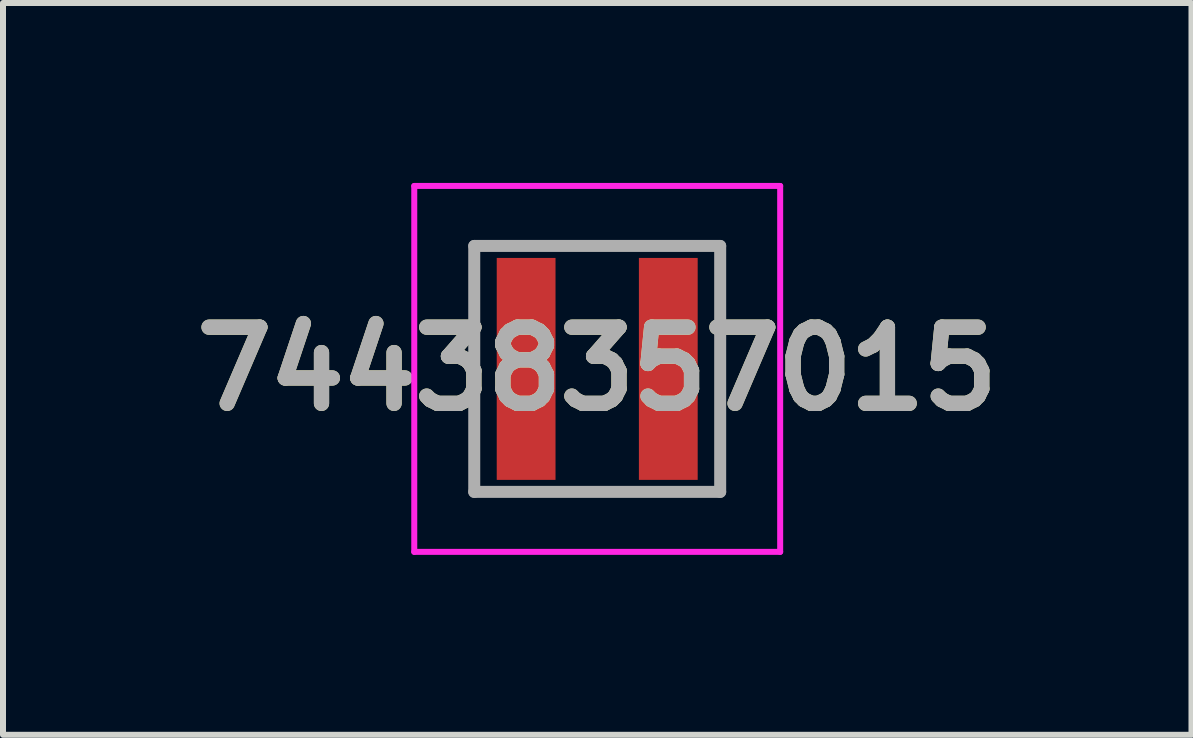
<source format=kicad_pcb>
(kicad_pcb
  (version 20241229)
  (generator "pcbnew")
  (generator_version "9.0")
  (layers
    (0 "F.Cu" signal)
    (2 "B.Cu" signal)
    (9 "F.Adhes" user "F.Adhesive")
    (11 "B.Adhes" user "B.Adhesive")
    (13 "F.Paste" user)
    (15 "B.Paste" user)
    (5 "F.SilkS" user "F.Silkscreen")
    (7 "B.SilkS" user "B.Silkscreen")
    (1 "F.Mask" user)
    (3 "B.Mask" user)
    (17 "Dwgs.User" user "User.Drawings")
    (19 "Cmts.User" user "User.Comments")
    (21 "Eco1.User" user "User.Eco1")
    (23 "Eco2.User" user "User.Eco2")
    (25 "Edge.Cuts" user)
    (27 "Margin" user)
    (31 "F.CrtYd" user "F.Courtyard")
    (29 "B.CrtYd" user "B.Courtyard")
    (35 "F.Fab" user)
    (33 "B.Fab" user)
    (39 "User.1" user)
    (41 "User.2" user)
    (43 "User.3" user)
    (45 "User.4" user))
  (footprint "74438357015"
    (layer "F.Cu")
    (at 6.906 3.1)
    (property "Reference" "74438357015" (at 0 0 0) (layer "F.SilkS") (effects (font (size 1.27 1.27) (thickness 0.254))))
    (attr smd)
    (fp_line (start -2.05 -2.05) (end -2.05 2) (stroke (width 0.1) (type solid)) (layer "F.SilkS"))
    (fp_line (start 2.05 -2.05) (end 2.05 2) (stroke (width 0.1) (type solid)) (layer "F.SilkS"))
    (fp_line (start -3.05 -3.05) (end 3.05 -3.05) (stroke (width 0.1) (type solid)) (layer "F.CrtYd"))
    (fp_line (start -3.05 3.05) (end -3.05 -3.05) (stroke (width 0.1) (type solid)) (layer "F.CrtYd"))
    (fp_line (start 3.05 -3.05) (end 3.05 3.05) (stroke (width 0.1) (type solid)) (layer "F.CrtYd"))
    (fp_line (start 3.05 3.05) (end -3.05 3.05) (stroke (width 0.1) (type solid)) (layer "F.CrtYd"))
    (fp_line (start -2.05 -2.05) (end 2.05 -2.05) (stroke (width 0.2) (type solid)) (layer "F.Fab"))
    (fp_line (start -2.05 2.05) (end -2.05 -2.05) (stroke (width 0.2) (type solid)) (layer "F.Fab"))
    (fp_line (start 2.05 -2.05) (end 2.05 2.05) (stroke (width 0.2) (type solid)) (layer "F.Fab"))
    (fp_line (start 2.05 2.05) (end -2.05 2.05) (stroke (width 0.2) (type solid)) (layer "F.Fab"))
    (fp_text user "${REFERENCE}" (at 0 0 0) (layer "F.Fab") (effects (font (size 1.27 1.27) (thickness 0.254))))
    (pad "1" smd rect (at -1.185 0) (size 0.98 3.7) (layers "F.Cu" "F.Mask" "F.Paste"))
    (pad "2" smd rect (at 1.185 0) (size 0.98 3.7) (layers "F.Cu" "F.Mask" "F.Paste")))
  (gr_rect
    (start -3 -3)
    (end 16.813 9.2)
    (stroke (width 0.1) (type default))
    (fill no)
    (layer "Edge.Cuts")))
</source>
